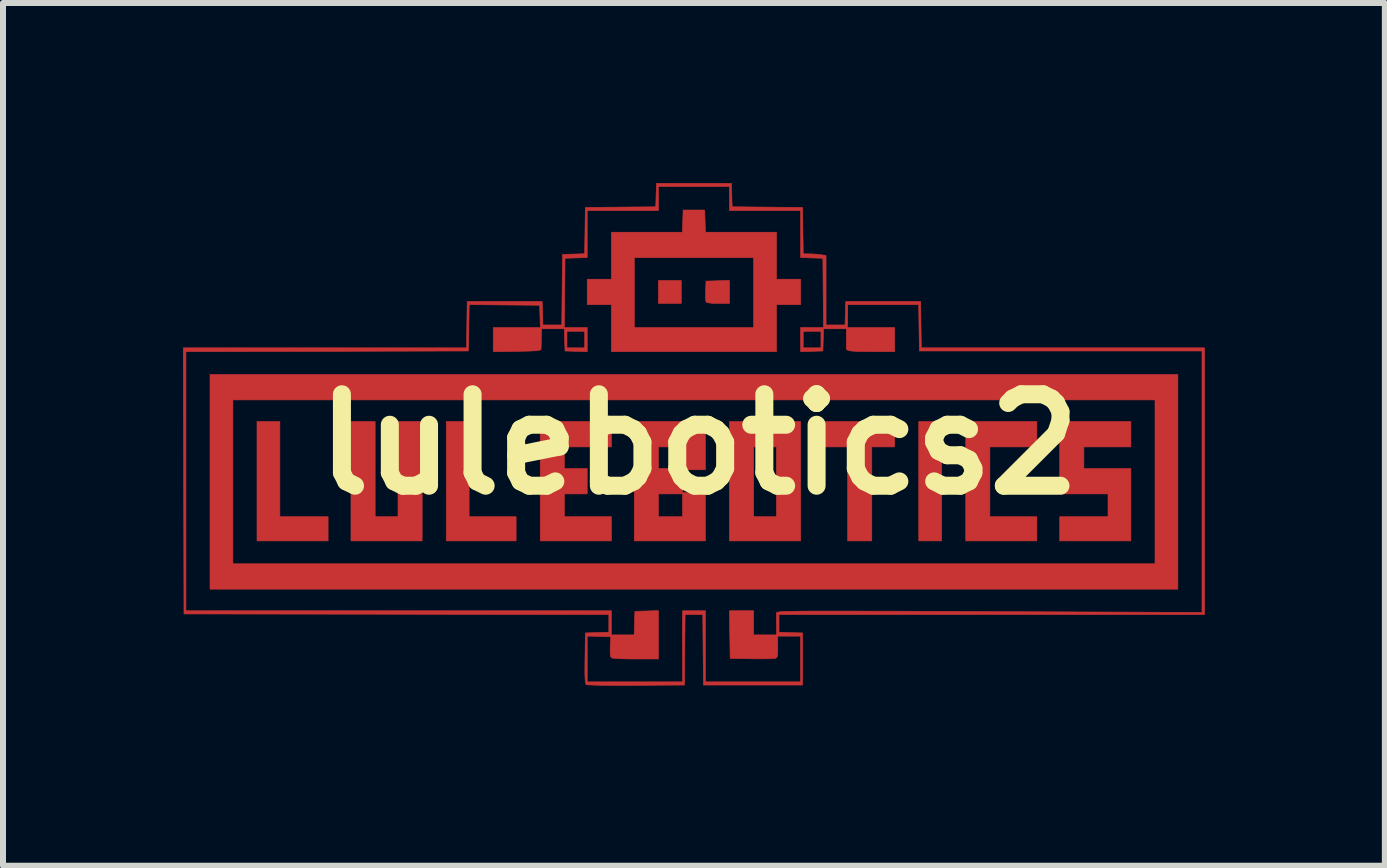
<source format=kicad_pcb>
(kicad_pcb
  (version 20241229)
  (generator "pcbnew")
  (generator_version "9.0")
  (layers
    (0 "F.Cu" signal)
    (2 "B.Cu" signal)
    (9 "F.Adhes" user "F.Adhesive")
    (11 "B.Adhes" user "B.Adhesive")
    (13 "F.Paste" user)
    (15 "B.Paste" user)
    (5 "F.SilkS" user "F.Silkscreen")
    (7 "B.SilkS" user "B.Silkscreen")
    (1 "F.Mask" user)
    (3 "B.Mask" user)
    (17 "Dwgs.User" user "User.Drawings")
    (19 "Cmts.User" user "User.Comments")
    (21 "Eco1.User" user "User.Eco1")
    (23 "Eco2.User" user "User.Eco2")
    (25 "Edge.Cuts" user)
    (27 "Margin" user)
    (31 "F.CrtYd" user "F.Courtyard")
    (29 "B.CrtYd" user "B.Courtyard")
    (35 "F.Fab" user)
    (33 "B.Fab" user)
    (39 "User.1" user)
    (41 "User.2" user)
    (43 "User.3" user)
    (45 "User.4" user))
  (footprint "lulebotics2"
    (layer "F.Cu")
    (at 8.599 4.355)
    (property "Reference" "lulebotics2" (at 0 0 0) (layer "F.SilkS") (effects (font (size 1.524 1.524) (thickness 0.3))))
    (attr through_hole)
    (fp_poly (pts (xy -0.296 -2.349) (xy -0.677 -2.349) (xy -0.677 -2.731) (xy -0.296 -2.731) (xy -0.296 -2.349)) (stroke (width 0.01) (type solid)) (fill yes) (layer "F.Cu"))
    (fp_poly (pts (xy 4.043 1.609) (xy 3.662 1.609) (xy 3.662 -0.381) (xy 4.043 -0.381) (xy 4.043 1.609)) (stroke (width 0.01) (type solid)) (fill yes) (layer "F.Cu"))
    (fp_poly (pts (xy -6.985 1.206) (xy -6.181 1.206) (xy -6.181 1.609) (xy -7.366 1.609) (xy -7.366 -0.381) (xy -6.985 -0.381) (xy -6.985 1.206)) (stroke (width 0.01) (type solid)) (fill yes) (layer "F.Cu"))
    (fp_poly (pts (xy -3.831 1.206) (xy -3.048 1.206) (xy -3.048 1.609) (xy -4.212 1.609) (xy -4.212 -0.381) (xy -3.831 -0.381) (xy -3.831 1.206)) (stroke (width 0.01) (type solid)) (fill yes) (layer "F.Cu"))
    (fp_poly (pts (xy -5.397 1.206) (xy -5.016 1.206) (xy -5.016 -0.381) (xy -4.614 -0.381) (xy -4.614 1.609) (xy -5.8 1.609) (xy -5.8 -0.381) (xy -5.397 -0.381) (xy -5.397 1.206)) (stroke (width 0.01) (type solid)) (fill yes) (layer "F.Cu"))
    (fp_poly (pts (xy 3.26 0.042) (xy 2.879 0.042) (xy 2.879 1.609) (xy 2.477 1.609) (xy 2.477 0.042) (xy 2.074 0.042) (xy 2.074 -0.381) (xy 3.26 -0.381) (xy 3.26 0.042)) (stroke (width 0.01) (type solid)) (fill yes) (layer "F.Cu"))
    (fp_poly (pts (xy 5.63 0.042) (xy 4.847 0.042) (xy 4.847 1.206) (xy 5.63 1.206) (xy 5.63 1.609) (xy 4.445 1.609) (xy 4.445 -0.381) (xy 5.63 -0.381) (xy 5.63 0.042)) (stroke (width 0.01) (type solid)) (fill yes) (layer "F.Cu"))
    (fp_poly (pts (xy 1.693 1.609) (xy 0.508 1.609) (xy 0.508 0.042) (xy 0.91 0.042) (xy 0.91 1.206) (xy 1.291 1.206) (xy 1.291 0.042) (xy 0.91 0.042) (xy 0.508 0.042) (xy 0.508 -0.381) (xy 1.693 -0.381) (xy 1.693 1.609)) (stroke (width 0.01) (type solid)) (fill yes) (layer "F.Cu"))
    (fp_poly (pts (xy 7.98 2.413) (xy -8.149 2.413) (xy -8.149 -0.741) (xy -7.768 -0.741) (xy -7.768 1.99) (xy 7.599 1.99) (xy 7.599 -0.741) (xy -7.768 -0.741) (xy -8.149 -0.741) (xy -8.149 -1.164) (xy 7.98 -1.164) (xy 7.98 2.413)) (stroke (width 0.01) (type solid)) (fill yes) (layer "F.Cu"))
    (fp_poly (pts (xy -1.46 0.042) (xy -2.244 0.042) (xy -2.244 0.402) (xy -1.863 0.402) (xy -1.863 0.826) (xy -2.244 0.826) (xy -2.244 1.206) (xy -1.46 1.206) (xy -1.46 1.609) (xy -2.646 1.609) (xy -2.646 -0.381) (xy -1.46 -0.381) (xy -1.46 0.042)) (stroke (width 0.01) (type solid)) (fill yes) (layer "F.Cu"))
    (fp_poly (pts (xy 0.508 -2.349) (xy 0.317 -2.349) (xy 0.217 -2.351) (xy 0.154 -2.358) (xy 0.121 -2.37) (xy 0.115 -2.378) (xy 0.11 -2.412) (xy 0.108 -2.475) (xy 0.11 -2.555) (xy 0.11 -2.563) (xy 0.116 -2.72) (xy 0.508 -2.732) (xy 0.508 -2.349)) (stroke (width 0.01) (type solid)) (fill yes) (layer "F.Cu"))
    (fp_poly (pts (xy 7.197 0.042) (xy 6.413 0.042) (xy 6.413 0.402) (xy 7.197 0.402) (xy 7.197 1.609) (xy 6.011 1.609) (xy 6.011 1.206) (xy 6.816 1.206) (xy 6.816 0.826) (xy 6.011 0.826) (xy 6.011 -0.381) (xy 7.197 -0.381) (xy 7.197 0.042)) (stroke (width 0.01) (type solid)) (fill yes) (layer "F.Cu"))
    (fp_poly (pts (xy 0.106 0.423) (xy -0.275 0.423) (xy -0.275 0.804) (xy 0.106 0.804) (xy 0.106 1.609) (xy -1.079 1.609) (xy -1.079 0.826) (xy -0.677 0.826) (xy -0.677 1.206) (xy -0.275 1.206) (xy -0.275 0.826) (xy -0.677 0.826) (xy -1.079 0.826) (xy -1.079 0.042) (xy -0.677 0.042) (xy -0.677 0.402) (xy -0.275 0.402) (xy -0.275 0.042) (xy -0.677 0.042) (xy -1.079 0.042) (xy -1.079 -0.381) (xy 0.106 -0.381) (xy 0.106 0.423)) (stroke (width 0.01) (type solid)) (fill yes) (layer "F.Cu"))
    (fp_poly (pts (xy 0.101 -3.72) (xy 0.107 -3.535) (xy 1.291 -3.535) (xy 1.291 -2.752) (xy 1.693 -2.752) (xy 1.693 -2.328) (xy 1.291 -2.328) (xy 1.291 -1.545) (xy -1.46 -1.545) (xy -1.46 -2.328) (xy -1.863 -2.328) (xy -1.863 -2.752) (xy -1.46 -2.752) (xy -1.46 -3.111) (xy -1.079 -3.111) (xy -1.079 -1.947) (xy 0.91 -1.947) (xy 0.91 -3.111) (xy -1.079 -3.111) (xy -1.46 -3.111) (xy -1.46 -3.535) (xy -0.277 -3.535) (xy -0.271 -3.72) (xy -0.265 -3.905) (xy 0.095 -3.905) (xy 0.101 -3.72)) (stroke (width 0.01) (type solid)) (fill yes) (layer "F.Cu"))
    (fp_poly (pts (xy 0.546 -4.154) (xy 0.552 -3.959) (xy 1.725 -3.948) (xy 1.737 -3.175) (xy 1.828 -3.175) (xy 1.911 -3.172) (xy 2 -3.164) (xy 2.018 -3.162) (xy 2.117 -3.148) (xy 2.117 -1.99) (xy 2.433 -1.99) (xy 2.439 -2.185) (xy 2.445 -2.381) (xy 3.694 -2.381) (xy 3.699 -1.995) (xy 3.705 -1.609) (xy 8.424 -1.609) (xy 8.424 2.836) (xy 1.333 2.836) (xy 1.333 3.131) (xy 1.529 3.137) (xy 1.725 3.143) (xy 1.725 4.011) (xy 0.074 4.011) (xy 0.068 3.424) (xy 0.063 2.836) (xy -0.232 2.836) (xy -0.238 3.424) (xy -0.243 4.011) (xy -1.048 4.016) (xy -1.229 4.017) (xy -1.397 4.017) (xy -1.548 4.016) (xy -1.676 4.014) (xy -1.777 4.011) (xy -1.846 4.008) (xy -1.878 4.005) (xy -1.879 4.004) (xy -1.889 3.988) (xy -1.895 3.95) (xy -1.9 3.886) (xy -1.902 3.791) (xy -1.901 3.661) (xy -1.9 3.565) (xy -1.894 3.143) (xy -1.699 3.137) (xy -1.503 3.131) (xy -1.503 2.836) (xy -5.043 2.831) (xy -8.583 2.826) (xy -8.588 0.609) (xy -8.594 -1.545) (xy -8.551 -1.545) (xy -8.551 2.773) (xy -1.46 2.773) (xy -1.46 3.175) (xy -1.081 3.175) (xy -1.069 2.783) (xy -0.873 2.777) (xy -0.677 2.771) (xy -0.677 3.577) (xy -1.053 3.577) (xy -1.176 3.576) (xy -1.286 3.573) (xy -1.375 3.569) (xy -1.435 3.563) (xy -1.458 3.558) (xy -1.473 3.536) (xy -1.48 3.487) (xy -1.48 3.407) (xy -1.479 3.373) (xy -1.471 3.207) (xy -1.667 3.201) (xy -1.863 3.195) (xy -1.863 3.958) (xy -0.273 3.958) (xy -0.275 3.424) (xy -0.276 3.274) (xy -0.276 3.136) (xy -0.276 3.016) (xy -0.276 2.921) (xy -0.276 2.856) (xy -0.276 2.831) (xy -0.275 2.773) (xy 0.106 2.773) (xy 0.106 3.958) (xy 1.693 3.958) (xy 1.693 3.196) (xy 1.312 3.196) (xy 1.312 3.376) (xy 1.312 3.463) (xy 1.308 3.517) (xy 1.299 3.547) (xy 1.282 3.561) (xy 1.265 3.567) (xy 1.228 3.571) (xy 1.157 3.573) (xy 1.061 3.574) (xy 0.947 3.574) (xy 0.868 3.573) (xy 0.519 3.567) (xy 0.507 2.773) (xy 0.91 2.773) (xy 0.91 3.175) (xy 1.294 3.175) (xy 1.291 3.011) (xy 1.29 2.927) (xy 1.289 2.857) (xy 1.29 2.813) (xy 1.29 2.81) (xy 1.291 2.805) (xy 1.297 2.801) (xy 1.309 2.797) (xy 1.328 2.793) (xy 1.357 2.79) (xy 1.398 2.787) (xy 1.453 2.785) (xy 1.523 2.783) (xy 1.61 2.782) (xy 1.716 2.78) (xy 1.843 2.779) (xy 1.993 2.779) (xy 2.168 2.779) (xy 2.369 2.779) (xy 2.6 2.779) (xy 2.86 2.78) (xy 3.153 2.78) (xy 3.48 2.781) (xy 3.843 2.783) (xy 4.244 2.784) (xy 4.685 2.786) (xy 4.837 2.787) (xy 8.382 2.801) (xy 8.382 0.623) (xy 8.382 -1.556) (xy 3.672 -1.556) (xy 3.661 -2.328) (xy 2.477 -2.328) (xy 2.477 -1.947) (xy 3.26 -1.947) (xy 3.26 -1.545) (xy 2.884 -1.545) (xy 2.732 -1.547) (xy 2.617 -1.55) (xy 2.536 -1.556) (xy 2.485 -1.566) (xy 2.459 -1.579) (xy 2.454 -1.595) (xy 2.454 -1.621) (xy 2.455 -1.679) (xy 2.455 -1.755) (xy 2.455 -1.767) (xy 2.455 -1.926) (xy 2.076 -1.926) (xy 2.07 -1.741) (xy 2.064 -1.556) (xy 1.879 -1.55) (xy 1.693 -1.544) (xy 1.693 -1.884) (xy 1.736 -1.884) (xy 1.736 -1.609) (xy 2.032 -1.609) (xy 2.032 -1.884) (xy 1.736 -1.884) (xy 1.693 -1.884) (xy 1.693 -1.947) (xy 2.075 -1.947) (xy 2.069 -2.524) (xy 2.064 -3.101) (xy 1.879 -3.107) (xy 1.693 -3.113) (xy 1.693 -3.895) (xy 0.508 -3.895) (xy 0.508 -4.297) (xy -0.677 -4.297) (xy -0.677 -3.895) (xy -1.863 -3.895) (xy -1.863 -3.113) (xy -2.048 -3.107) (xy -2.233 -3.101) (xy -2.239 -2.524) (xy -2.244 -1.947) (xy -1.863 -1.947) (xy -1.863 -1.544) (xy -2.048 -1.55) (xy -2.233 -1.556) (xy -2.239 -1.741) (xy -2.244 -1.884) (xy -2.201 -1.884) (xy -2.201 -1.609) (xy -1.905 -1.609) (xy -1.905 -1.884) (xy -2.201 -1.884) (xy -2.244 -1.884) (xy -2.245 -1.926) (xy -2.625 -1.926) (xy -2.627 -1.767) (xy -2.629 -1.687) (xy -2.631 -1.622) (xy -2.632 -1.584) (xy -2.633 -1.582) (xy -2.645 -1.572) (xy -2.681 -1.564) (xy -2.747 -1.558) (xy -2.845 -1.554) (xy -2.98 -1.551) (xy -3.032 -1.55) (xy -3.429 -1.544) (xy -3.429 -1.947) (xy -2.644 -1.947) (xy -2.65 -2.133) (xy -2.656 -2.318) (xy -3.243 -2.323) (xy -3.83 -2.329) (xy -3.842 -1.556) (xy -6.197 -1.55) (xy -8.551 -1.545) (xy -8.594 -1.545) (xy -8.594 -1.609) (xy -3.874 -1.609) (xy -3.869 -1.995) (xy -3.863 -2.381) (xy -2.614 -2.381) (xy -2.608 -2.185) (xy -2.602 -1.99) (xy -2.287 -1.99) (xy -2.281 -2.577) (xy -2.275 -3.164) (xy -1.906 -3.177) (xy -1.9 -3.562) (xy -1.894 -3.948) (xy -0.721 -3.959) (xy -0.715 -4.154) (xy -0.709 -4.35) (xy 0.54 -4.35) (xy 0.546 -4.154)) (stroke (width 0.01) (type solid)) (fill yes) (layer "F.Cu")))
  (gr_rect
    (start -3 -3)
    (end 20.028 11.377)
    (stroke (width 0.1) (type default))
    (fill no)
    (layer "Edge.Cuts")))
</source>
